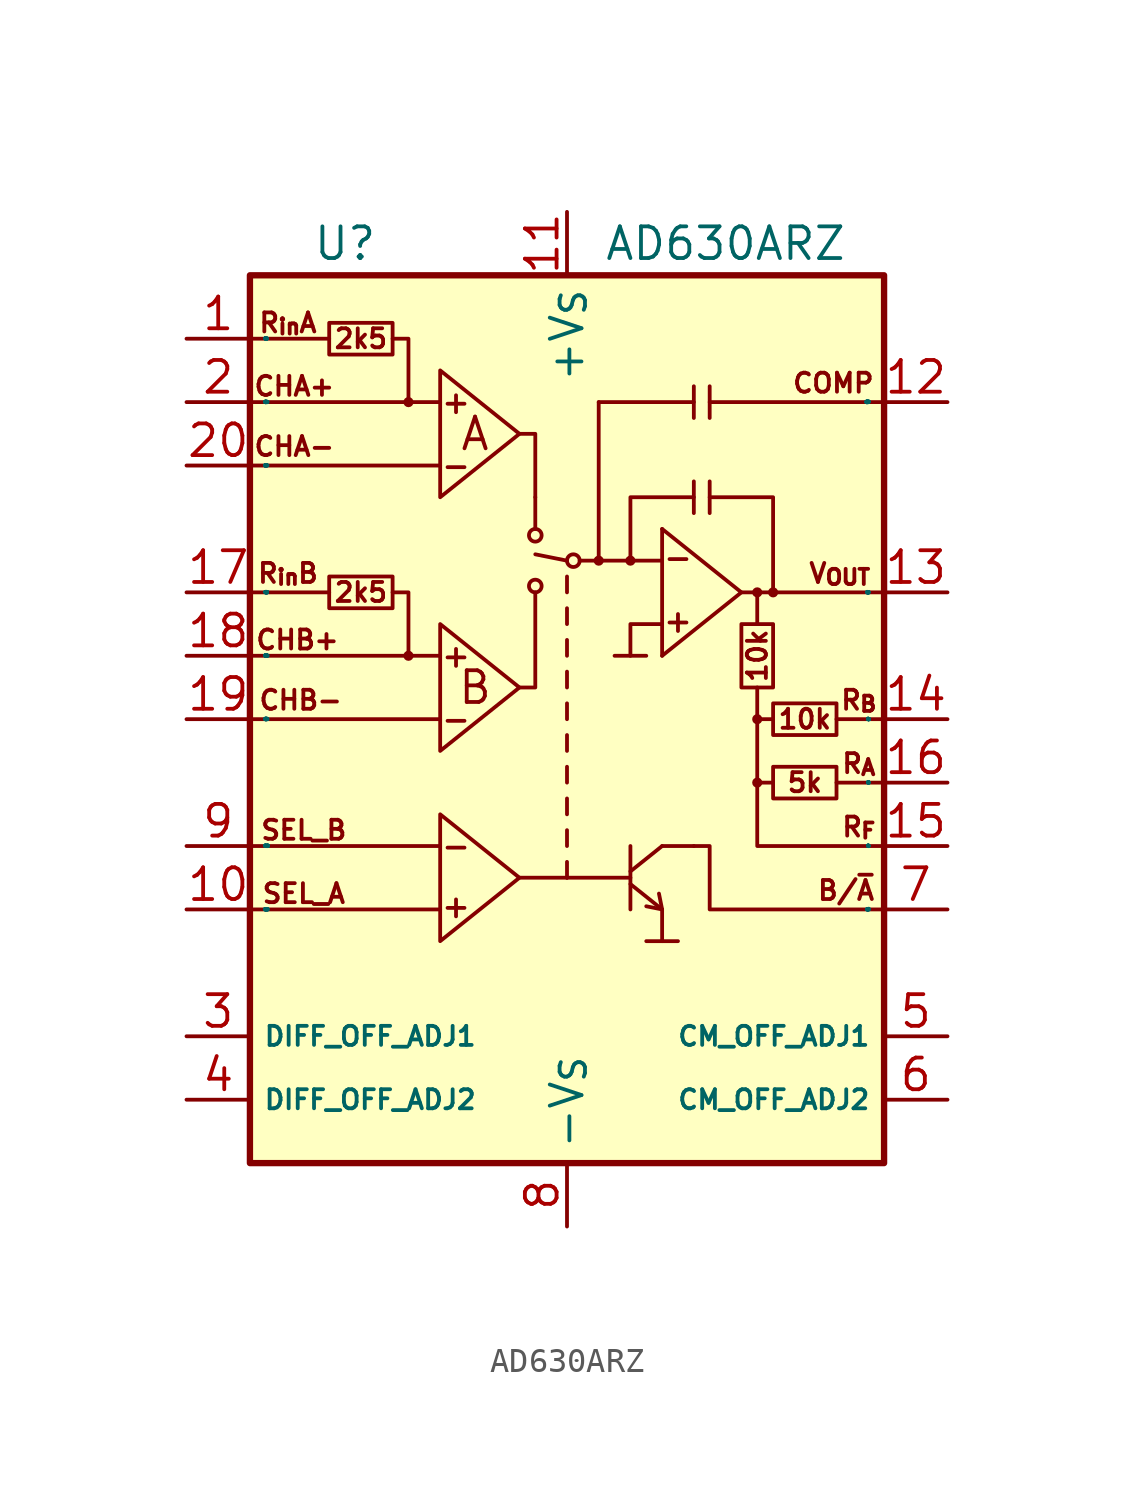
<source format=kicad_sym>
(kicad_symbol_lib
  (version 20241209)
  (generator "kicad_symbol_editor")
  (generator_version "9.0")
  (symbol "AD630ARZ"
    (property "Reference" "U"
      (at -8.89 19.05 0)
      (effects (font (size 1.27 1.27))))
    (property "Value" "AD630ARZ"
      (at 6.35 19.05 0)
      (effects (font (size 1.27 1.27))))
    (symbol "AD630ARZ_0_0"
      (text "R_{in}A" (at -11.176 15.875 0) (effects (font (size 0.762 0.762))))
      (text "R_{in}B" (at -11.176 5.842 0) (effects (font (size 0.762 0.762))))
      (text "CHA+" (at -10.922 13.335 0) (effects (font (size 0.762 0.762))))
      (text "CHA-" (at -10.922 10.922 0) (effects (font (size 0.762 0.762))))
      (text "CHB+" (at -10.795 3.175 0) (effects (font (size 0.762 0.762))))
      (text "CHB-" (at -10.668 0.762 0) (effects (font (size 0.762 0.762))))
      (text "SEL_B" (at -10.541 -4.445 0) (effects (font (size 0.762 0.762))))
      (text "SEL_A" (at -10.541 -6.985 0) (effects (font (size 0.762 0.762))))
      (text "2k5" (at -8.255 15.24 0) (effects (font (size 0.762 0.762))))
      (text "2k5" (at -8.255 5.08 0) (effects (font (size 0.762 0.762))))
      (text "+" (at -4.445 12.7 0) (effects (font (size 0.889 0.889))))
      (text "-" (at -4.445 10.16 0) (effects (font (size 0.889 0.889))))
      (text "+" (at -4.445 2.54 0) (effects (font (size 0.889 0.889))))
      (text "-" (at -4.445 0 0) (effects (font (size 0.889 0.889))))
      (text "-" (at -4.445 -5.08 0) (effects (font (size 0.889 0.889))))
      (text "+" (at -4.445 -7.493 0) (effects (font (size 0.889 0.889))))
      (text "A" (at -3.683 11.43 0) (effects (font (size 1.27 1.27))))
      (text "B" (at -3.683 1.27 0) (effects (font (size 1.27 1.27))))
      (text "-" (at 4.445 6.477 0) (effects (font (size 0.889 0.889))))
      (text "+" (at 4.445 3.937 0) (effects (font (size 0.889 0.889))))
      (text "10k" (at 7.62 2.54 900) (effects (font (size 0.762 0.762))))
      (text "10k" (at 9.525 0 0) (effects (font (size 0.762 0.762))))
      (text "5k" (at 9.525 -2.54 0) (effects (font (size 0.762 0.762))))
      (text "COMP" (at 10.668 13.462 0) (effects (font (size 0.762 0.762))))
      (text "V_{OUT}" (at 10.922 5.842 0) (effects (font (size 0.762 0.762))))
      (text "B/~{A}" (at 11.176 -6.858 0) (effects (font (size 0.762 0.762))))
      (text "R_{B}" (at 11.684 0.762 0) (effects (font (size 0.762 0.762))))
      (text "R_{A}" (at 11.684 -1.778 0) (effects (font (size 0.762 0.762))))
      (text "R_{F}" (at 11.684 -4.318 0) (effects (font (size 0.762 0.762)))))
    (symbol "AD630ARZ_0_1"
      (rectangle (start -12.7 17.78) (end 12.7 -17.78) (stroke (width 0.254) (type default)) (fill (type background)))
      (polyline (pts (xy -12.7 15.24) (xy -9.525 15.24)) (stroke (width 0) (type default)) (fill (type none)))
      (polyline (pts (xy -12.7 10.16) (xy -5.08 10.16)) (stroke (width 0) (type default)) (fill (type none)))
      (polyline (pts (xy -12.7 5.08) (xy -9.525 5.08)) (stroke (width 0) (type default)) (fill (type none)))
      (polyline (pts (xy -12.7 0) (xy -5.08 0)) (stroke (width 0) (type default)) (fill (type none)))
      (polyline (pts (xy -12.7 -5.08) (xy -5.08 -5.08)) (stroke (width 0) (type default)) (fill (type none)))
      (polyline (pts (xy -12.7 -7.62) (xy -5.08 -7.62)) (stroke (width 0) (type default)) (fill (type none)))
      (polyline (pts (xy -9.525 15.875) (xy -9.525 14.605) (xy -6.985 14.605) (xy -6.985 15.875) (xy -9.525 15.875)) (stroke (width 0) (type default)) (fill (type none)))
      (polyline (pts (xy -9.525 5.715) (xy -9.525 4.445) (xy -6.985 4.445) (xy -6.985 5.715) (xy -9.525 5.715)) (stroke (width 0) (type default)) (fill (type none)))
      (polyline (pts (xy -6.985 15.24) (xy -6.35 15.24) (xy -6.35 12.7) (xy -12.7 12.7)) (stroke (width 0) (type default)) (fill (type none)))
      (polyline (pts (xy -6.985 5.08) (xy -6.35 5.08) (xy -6.35 2.54) (xy -12.7 2.54)) (stroke (width 0) (type default)) (fill (type none)))
      (circle (center -6.35 12.7) (radius 0.127) (stroke (width 0) (type default)) (fill (type none)))
      (polyline (pts (xy -6.35 12.7) (xy -5.08 12.7)) (stroke (width 0) (type default)) (fill (type none)))
      (circle (center -6.35 2.54) (radius 0.127) (stroke (width 0) (type default)) (fill (type none)))
      (polyline (pts (xy -6.35 2.54) (xy -5.715 2.54) (xy -5.08 2.54)) (stroke (width 0) (type default)) (fill (type none)))
      (polyline (pts (xy -5.08 13.97) (xy -5.08 8.89) (xy -1.905 11.43) (xy -5.08 13.97)) (stroke (width 0) (type default)) (fill (type none)))
      (polyline (pts (xy -5.08 3.81) (xy -5.08 -1.27) (xy -1.905 1.27) (xy -5.08 3.81)) (stroke (width 0) (type default)) (fill (type none)))
      (polyline (pts (xy -5.08 -3.81) (xy -5.08 -8.89) (xy -1.905 -6.35) (xy -5.08 -3.81)) (stroke (width 0) (type default)) (fill (type none)))
      (polyline (pts (xy -1.905 11.43) (xy -1.27 11.43) (xy -1.27 8.89)) (stroke (width 0) (type default)) (fill (type none)))
      (polyline (pts (xy -1.905 1.27) (xy -1.27 1.27) (xy -1.27 5.08)) (stroke (width 0) (type default)) (fill (type none)))
      (polyline (pts (xy -1.905 -6.35) (xy 0 -6.35)) (stroke (width 0) (type default)) (fill (type none)))
      (polyline (pts (xy -1.27 8.89) (xy -1.27 7.62)) (stroke (width 0) (type default)) (fill (type none)))
      (circle (center -1.27 7.366) (radius 0.254) (stroke (width 0) (type default)) (fill (type none)))
      (circle (center -1.27 5.334) (radius 0.254) (stroke (width 0) (type default)) (fill (type none)))
      (polyline (pts (xy 0 6.35) (xy -1.27 6.604)) (stroke (width 0) (type default)) (fill (type none)))
      (polyline (pts (xy 0 5.715) (xy 0 5.08)) (stroke (width 0) (type default)) (fill (type none)))
      (polyline (pts (xy 0 4.445) (xy 0 3.81)) (stroke (width 0) (type default)) (fill (type none)))
      (polyline (pts (xy 0 3.175) (xy 0 2.54)) (stroke (width 0) (type default)) (fill (type none)))
      (polyline (pts (xy 0 1.905) (xy 0 1.27)) (stroke (width 0) (type default)) (fill (type none)))
      (polyline (pts (xy 0 0.635) (xy 0 0)) (stroke (width 0) (type default)) (fill (type none)))
      (polyline (pts (xy 0 -0.635) (xy 0 -1.27)) (stroke (width 0) (type default)) (fill (type none)))
      (polyline (pts (xy 0 -1.905) (xy 0 -2.54)) (stroke (width 0) (type default)) (fill (type none)))
      (polyline (pts (xy 0 -3.175) (xy 0 -3.81)) (stroke (width 0) (type default)) (fill (type none)))
      (polyline (pts (xy 0 -4.445) (xy 0 -5.08)) (stroke (width 0) (type default)) (fill (type none)))
      (polyline (pts (xy 0 -5.715) (xy 0 -6.35)) (stroke (width 0) (type default)) (fill (type none)))
      (polyline (pts (xy 0 -6.35) (xy 2.54 -6.35)) (stroke (width 0) (type default)) (fill (type none)))
      (circle (center 0.254 6.35) (radius 0.254) (stroke (width 0) (type default)) (fill (type none)))
      (polyline (pts (xy 1.27 12.7) (xy 5.08 12.7) (xy 5.08 13.335)) (stroke (width 0) (type default)) (fill (type none)))
      (polyline (pts (xy 1.27 6.35) (xy 0.508 6.35)) (stroke (width 0) (type default)) (fill (type none)))
      (polyline (pts (xy 1.27 6.35) (xy 1.27 12.7)) (stroke (width 0) (type default)) (fill (type none)))
      (polyline (pts (xy 1.27 6.35) (xy 3.81 6.35)) (stroke (width 0) (type default)) (fill (type none)))
      (circle (center 1.27 6.35) (radius 0.127) (stroke (width 0) (type default)) (fill (type none)))
      (polyline (pts (xy 1.905 2.54) (xy 3.175 2.54)) (stroke (width 0) (type default)) (fill (type none)))
      (polyline (pts (xy 2.54 6.35) (xy 2.54 8.89) (xy 5.08 8.89)) (stroke (width 0) (type default)) (fill (type none)))
      (circle (center 2.54 6.35) (radius 0.127) (stroke (width 0) (type default)) (fill (type none)))
      (polyline (pts (xy 2.54 -5.08) (xy 2.54 -7.62)) (stroke (width 0) (type default)) (fill (type none)))
      (polyline (pts (xy 2.54 -6.096) (xy 3.81 -5.08)) (stroke (width 0) (type default)) (fill (type none)))
      (polyline (pts (xy 2.54 -6.604) (xy 3.81 -7.62)) (stroke (width 0) (type default)) (fill (type none)))
      (polyline (pts (xy 3.683 -6.985) (xy 3.81 -7.62) (xy 3.175 -7.493)) (stroke (width 0) (type default)) (fill (type none)))
      (polyline (pts (xy 3.81 7.62) (xy 3.81 2.54)) (stroke (width 0) (type default)) (fill (type none)))
      (polyline (pts (xy 3.81 7.62) (xy 6.985 5.08) (xy 3.81 2.54)) (stroke (width 0) (type default)) (fill (type none)))
      (polyline (pts (xy 3.81 3.81) (xy 2.54 3.81) (xy 2.54 2.54)) (stroke (width 0) (type default)) (fill (type none)))
      (polyline (pts (xy 3.81 -5.08) (xy 5.08 -5.08)) (stroke (width 0) (type default)) (fill (type none)))
      (polyline (pts (xy 3.81 -7.62) (xy 3.81 -8.89) (xy 3.175 -8.89)) (stroke (width 0) (type default)) (fill (type none)))
      (polyline (pts (xy 3.81 -8.89) (xy 4.445 -8.89)) (stroke (width 0) (type default)) (fill (type none)))
      (polyline (pts (xy 5.08 12.065) (xy 5.08 12.7)) (stroke (width 0) (type default)) (fill (type none)))
      (polyline (pts (xy 5.08 9.525) (xy 5.08 8.255)) (stroke (width 0) (type default)) (fill (type none)))
      (polyline (pts (xy 5.08 -5.08) (xy 5.715 -5.08) (xy 5.715 -7.62) (xy 12.7 -7.62)) (stroke (width 0) (type default)) (fill (type none)))
      (polyline (pts (xy 5.715 13.335) (xy 5.715 12.065)) (stroke (width 0) (type default)) (fill (type none)))
      (polyline (pts (xy 5.715 12.7) (xy 12.7 12.7)) (stroke (width 0) (type default)) (fill (type none)))
      (polyline (pts (xy 5.715 9.525) (xy 5.715 8.255)) (stroke (width 0) (type default)) (fill (type none)))
      (polyline (pts (xy 5.715 8.89) (xy 8.255 8.89) (xy 8.255 5.08)) (stroke (width 0) (type default)) (fill (type none)))
      (polyline (pts (xy 6.985 3.81) (xy 8.255 3.81) (xy 8.255 1.27) (xy 6.985 1.27) (xy 6.985 3.81)) (stroke (width 0) (type default)) (fill (type none)))
      (polyline (pts (xy 7.62 5.08) (xy 12.7 5.08)) (stroke (width 0) (type default)) (fill (type none)))
      (circle (center 7.62 5.08) (radius 0.127) (stroke (width 0) (type default)) (fill (type none)))
      (polyline (pts (xy 7.62 3.81) (xy 7.62 5.08) (xy 6.985 5.08)) (stroke (width 0) (type default)) (fill (type none)))
      (polyline (pts (xy 7.62 1.27) (xy 7.62 -2.54)) (stroke (width 0) (type default)) (fill (type none)))
      (circle (center 7.62 0) (radius 0.127) (stroke (width 0) (type default)) (fill (type none)))
      (polyline (pts (xy 7.62 -2.54) (xy 7.62 -5.08) (xy 12.7 -5.08)) (stroke (width 0) (type default)) (fill (type none)))
      (circle (center 7.62 -2.54) (radius 0.127) (stroke (width 0) (type default)) (fill (type none)))
      (circle (center 8.255 5.08) (radius 0.127) (stroke (width 0) (type default)) (fill (type none)))
      (polyline (pts (xy 8.255 0.635) (xy 8.255 -0.635) (xy 10.795 -0.635) (xy 10.795 0.635) (xy 8.255 0.635)) (stroke (width 0) (type default)) (fill (type none)))
      (polyline (pts (xy 8.255 0) (xy 7.62 0)) (stroke (width 0) (type default)) (fill (type none)))
      (polyline (pts (xy 8.255 -1.905) (xy 8.255 -3.175) (xy 10.795 -3.175) (xy 10.795 -1.905) (xy 8.255 -1.905)) (stroke (width 0) (type default)) (fill (type none)))
      (polyline (pts (xy 8.255 -2.54) (xy 7.62 -2.54)) (stroke (width 0) (type default)) (fill (type none)))
      (polyline (pts (xy 10.795 0) (xy 12.7 0)) (stroke (width 0) (type default)) (fill (type none)))
      (polyline (pts (xy 10.795 -2.54) (xy 12.7 -2.54)) (stroke (width 0) (type default)) (fill (type none))))
    (symbol "AD630ARZ_1_1"
      (pin input line (at -15.24 15.24 0) (length 2.54) (name "R_{in}A" (effects (font (size 0.025 0.025)))) (number "1" (effects (font (size 1.27 1.27)))))
      (pin input line (at -15.24 12.7 0) (length 2.54) (name "CHA+" (effects (font (size 0.025 0.025)))) (number "2" (effects (font (size 1.27 1.27)))))
      (pin input line (at -15.24 10.16 0) (length 2.54) (name "CHA-" (effects (font (size 0.025 0.025)))) (number "20" (effects (font (size 1.27 1.27)))))
      (pin input line (at -15.24 5.08 0) (length 2.54) (name "R_{in}B" (effects (font (size 0.025 0.025)))) (number "17" (effects (font (size 1.27 1.27)))))
      (pin input line (at -15.24 2.54 0) (length 2.54) (name "CHB+" (effects (font (size 0.025 0.025)))) (number "18" (effects (font (size 1.27 1.27)))))
      (pin input line (at -15.24 0 0) (length 2.54) (name "CHB-" (effects (font (size 0.025 0.025)))) (number "19" (effects (font (size 1.27 1.27)))))
      (pin input line (at -15.24 -5.08 0) (length 2.54) (name "SEL_B" (effects (font (size 0.025 0.025)))) (number "9" (effects (font (size 1.27 1.27)))))
      (pin input line (at -15.24 -7.62 0) (length 2.54) (name "SEL_A" (effects (font (size 0.025 0.025)))) (number "10" (effects (font (size 1.27 1.27)))))
      (pin passive line (at -15.24 -12.7 0) (length 2.54) (name "DIFF_OFF_ADJ1" (effects (font (size 0.762 0.762)))) (number "3" (effects (font (size 1.27 1.27)))))
      (pin passive line (at -15.24 -15.24 0) (length 2.54) (name "DIFF_OFF_ADJ2" (effects (font (size 0.762 0.762)))) (number "4" (effects (font (size 1.27 1.27)))))
      (pin power_in line (at 0 20.32 270) (length 2.54) (name "+V_{S}" (effects (font (size 1.27 1.27)))) (number "11" (effects (font (size 1.27 1.27)))))
      (pin power_in line (at 0 -20.32 90) (length 2.54) (name "-V_{S}" (effects (font (size 1.27 1.27)))) (number "8" (effects (font (size 1.27 1.27)))))
      (pin passive line (at 15.24 12.7 180) (length 2.54) (name "COMP" (effects (font (size 0.025 0.025)))) (number "12" (effects (font (size 1.27 1.27)))))
      (pin output line (at 15.24 5.08 180) (length 2.54) (name "V_{OUT}" (effects (font (size 0.025 0.025)))) (number "13" (effects (font (size 1.27 1.27)))))
      (pin output line (at 15.24 0 180) (length 2.54) (name "R_{B}" (effects (font (size 0.025 0.025)))) (number "14" (effects (font (size 1.27 1.27)))))
      (pin output line (at 15.24 -2.54 180) (length 2.54) (name "R_{A}" (effects (font (size 0.025 0.025)))) (number "16" (effects (font (size 1.27 1.27)))))
      (pin output line (at 15.24 -5.08 180) (length 2.54) (name "R_{F}" (effects (font (size 0.025 0.025)))) (number "15" (effects (font (size 1.27 1.27)))))
      (pin open_collector line (at 15.24 -7.62 180) (length 2.54) (name "B/~{A}" (effects (font (size 0.025 0.025)))) (number "7" (effects (font (size 1.27 1.27)))))
      (pin passive line (at 15.24 -12.7 180) (length 2.54) (name "CM_OFF_ADJ1" (effects (font (size 0.762 0.762)))) (number "5" (effects (font (size 1.27 1.27)))))
      (pin passive line (at 15.24 -15.24 180) (length 2.54) (name "CM_OFF_ADJ2" (effects (font (size 0.762 0.762)))) (number "6" (effects (font (size 1.27 1.27))))))))
</source>
